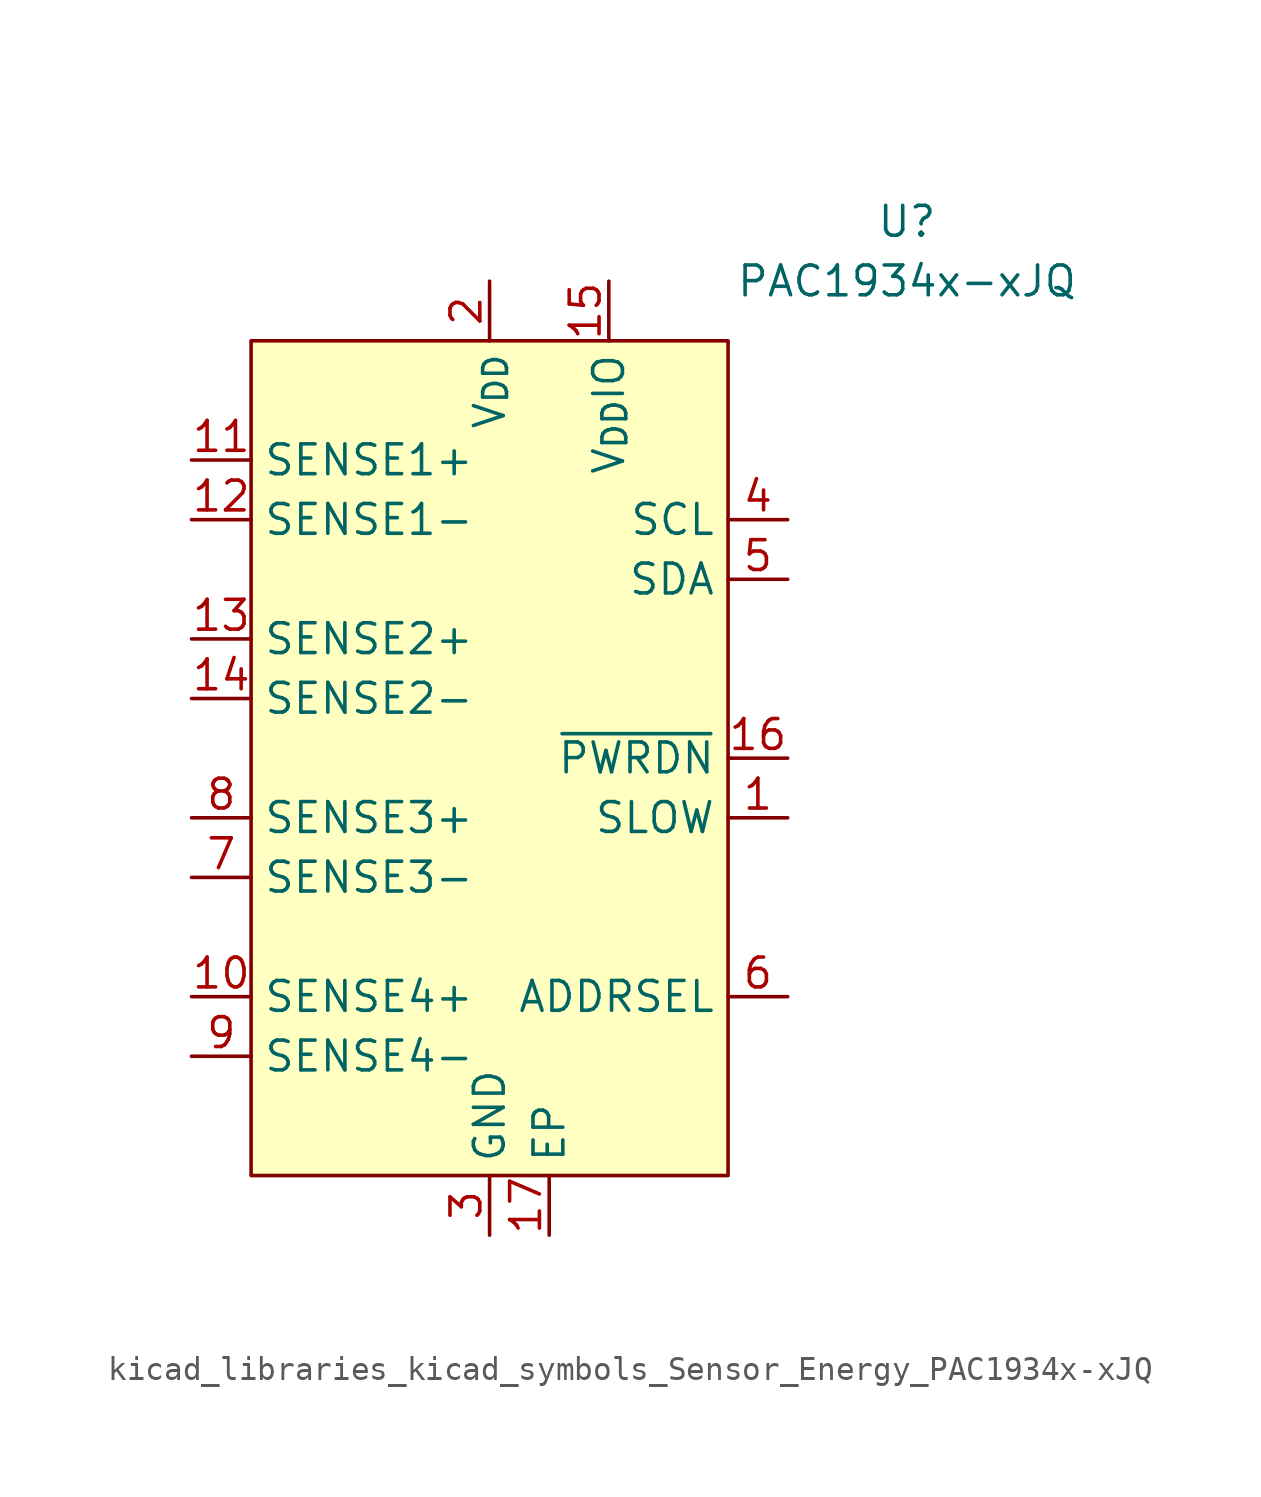
<source format=kicad_sym>
(kicad_symbol_lib
  (version 20220914)
  (generator kicad_symbol_editor)
  (symbol "kicad_libraries_kicad_symbols_Sensor_Energy_PAC1934x-xJQ"
    (property "Reference" "U"
      (at 17.78 22.86 0)
      (effects (font (size 1.27 1.27))))
    (property "Value" "PAC1934x-xJQ"
      (at 17.78 20.32 0)
      (effects (font (size 1.27 1.27))))
    (symbol "kicad_libraries_kicad_symbols_Sensor_Energy_PAC1934x-xJQ_0_0"
      (pin input line (at 12.7 -2.54 180) (length 2.54) (name "SLOW" (effects (font (size 1.27 1.27)))) (number "1" (effects (font (size 1.27 1.27)))) (alternate "~{ALERT1}" open_collector line))
      (pin input line (at -12.7 -10.16 0) (length 2.54) (name "SENSE4+" (effects (font (size 1.27 1.27)))) (number "10" (effects (font (size 1.27 1.27)))))
      (pin input line (at -12.7 12.7 0) (length 2.54) (name "SENSE1+" (effects (font (size 1.27 1.27)))) (number "11" (effects (font (size 1.27 1.27)))))
      (pin input line (at -12.7 10.16 0) (length 2.54) (name "SENSE1-" (effects (font (size 1.27 1.27)))) (number "12" (effects (font (size 1.27 1.27)))))
      (pin input line (at -12.7 5.08 0) (length 2.54) (name "SENSE2+" (effects (font (size 1.27 1.27)))) (number "13" (effects (font (size 1.27 1.27)))))
      (pin input line (at -12.7 2.54 0) (length 2.54) (name "SENSE2-" (effects (font (size 1.27 1.27)))) (number "14" (effects (font (size 1.27 1.27)))))
      (pin input line (at 5.08 20.32 270) (length 2.54) (name "V_{DD}IO" (effects (font (size 1.27 1.27)))) (number "15" (effects (font (size 1.27 1.27)))))
      (pin input line (at 12.7 0 180) (length 2.54) (name "~{PWRDN}" (effects (font (size 1.27 1.27)))) (number "16" (effects (font (size 1.27 1.27)))))
      (pin passive line (at 2.54 -20.32 90) (length 2.54) (name "EP" (effects (font (size 1.27 1.27)))) (number "17" (effects (font (size 1.27 1.27)))))
      (pin power_in line (at 0 20.32 270) (length 2.54) (name "V_{DD}" (effects (font (size 1.27 1.27)))) (number "2" (effects (font (size 1.27 1.27)))))
      (pin power_in line (at 0 -20.32 90) (length 2.54) (name "GND" (effects (font (size 1.27 1.27)))) (number "3" (effects (font (size 1.27 1.27)))))
      (pin input line (at 12.7 10.16 180) (length 2.54) (name "SCL" (effects (font (size 1.27 1.27)))) (number "4" (effects (font (size 1.27 1.27)))) (alternate "SM_CLK" input line))
      (pin bidirectional line (at 12.7 7.62 180) (length 2.54) (name "SDA" (effects (font (size 1.27 1.27)))) (number "5" (effects (font (size 1.27 1.27)))) (alternate "SM_DATA" bidirectional line))
      (pin passive line (at 12.7 -10.16 180) (length 2.54) (name "ADDRSEL" (effects (font (size 1.27 1.27)))) (number "6" (effects (font (size 1.27 1.27)))))
      (pin input line (at -12.7 -5.08 0) (length 2.54) (name "SENSE3-" (effects (font (size 1.27 1.27)))) (number "7" (effects (font (size 1.27 1.27)))))
      (pin input line (at -12.7 -2.54 0) (length 2.54) (name "SENSE3+" (effects (font (size 1.27 1.27)))) (number "8" (effects (font (size 1.27 1.27)))))
      (pin input line (at -12.7 -12.7 0) (length 2.54) (name "SENSE4-" (effects (font (size 1.27 1.27)))) (number "9" (effects (font (size 1.27 1.27))))))
    (symbol "kicad_libraries_kicad_symbols_Sensor_Energy_PAC1934x-xJQ_0_1"
      (rectangle (start -10.16 17.78) (end 10.16 -17.78) (stroke (width 0) (type default)) (fill (type background))))))
</source>
